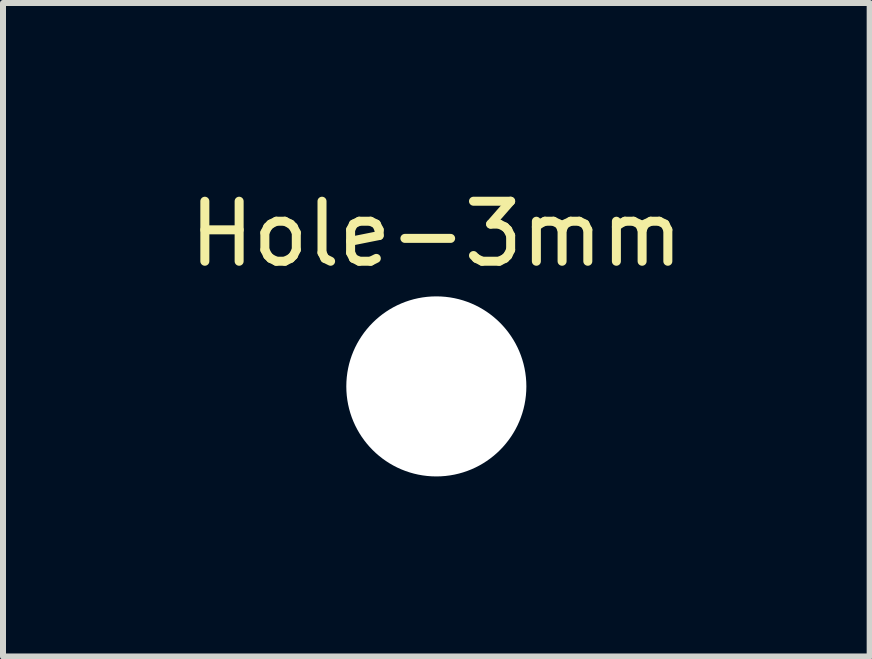
<source format=kicad_pcb>
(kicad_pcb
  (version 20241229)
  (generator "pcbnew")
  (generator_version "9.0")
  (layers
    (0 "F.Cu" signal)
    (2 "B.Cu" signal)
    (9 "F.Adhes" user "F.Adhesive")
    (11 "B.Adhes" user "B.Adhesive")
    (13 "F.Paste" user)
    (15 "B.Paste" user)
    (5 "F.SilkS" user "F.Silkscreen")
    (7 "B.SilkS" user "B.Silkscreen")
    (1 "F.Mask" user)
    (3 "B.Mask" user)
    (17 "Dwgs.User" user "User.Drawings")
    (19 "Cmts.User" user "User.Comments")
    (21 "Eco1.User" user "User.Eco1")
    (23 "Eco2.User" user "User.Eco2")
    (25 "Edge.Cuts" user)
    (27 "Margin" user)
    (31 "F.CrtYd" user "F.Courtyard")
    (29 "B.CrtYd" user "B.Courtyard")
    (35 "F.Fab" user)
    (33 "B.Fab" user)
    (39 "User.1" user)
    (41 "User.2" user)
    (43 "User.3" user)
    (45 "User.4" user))
  (footprint "Hole-3mm"
    (layer "F.Cu")
    (at 4.22 3.388)
    (property "Reference" "Hole-3mm" (at 0 -2.54 0) (layer "F.SilkS") (effects (font (size 1 1) (thickness 0.15))))
    (attr through_hole)
    (pad "" np_thru_hole circle (at 0 0) (size 3 3) (drill 3) (layers "*.Cu" "*.Mask")))
  (gr_rect
    (start -3 -3)
    (end 11.44 7.888)
    (stroke (width 0.1) (type default))
    (fill no)
    (layer "Edge.Cuts")))
</source>
